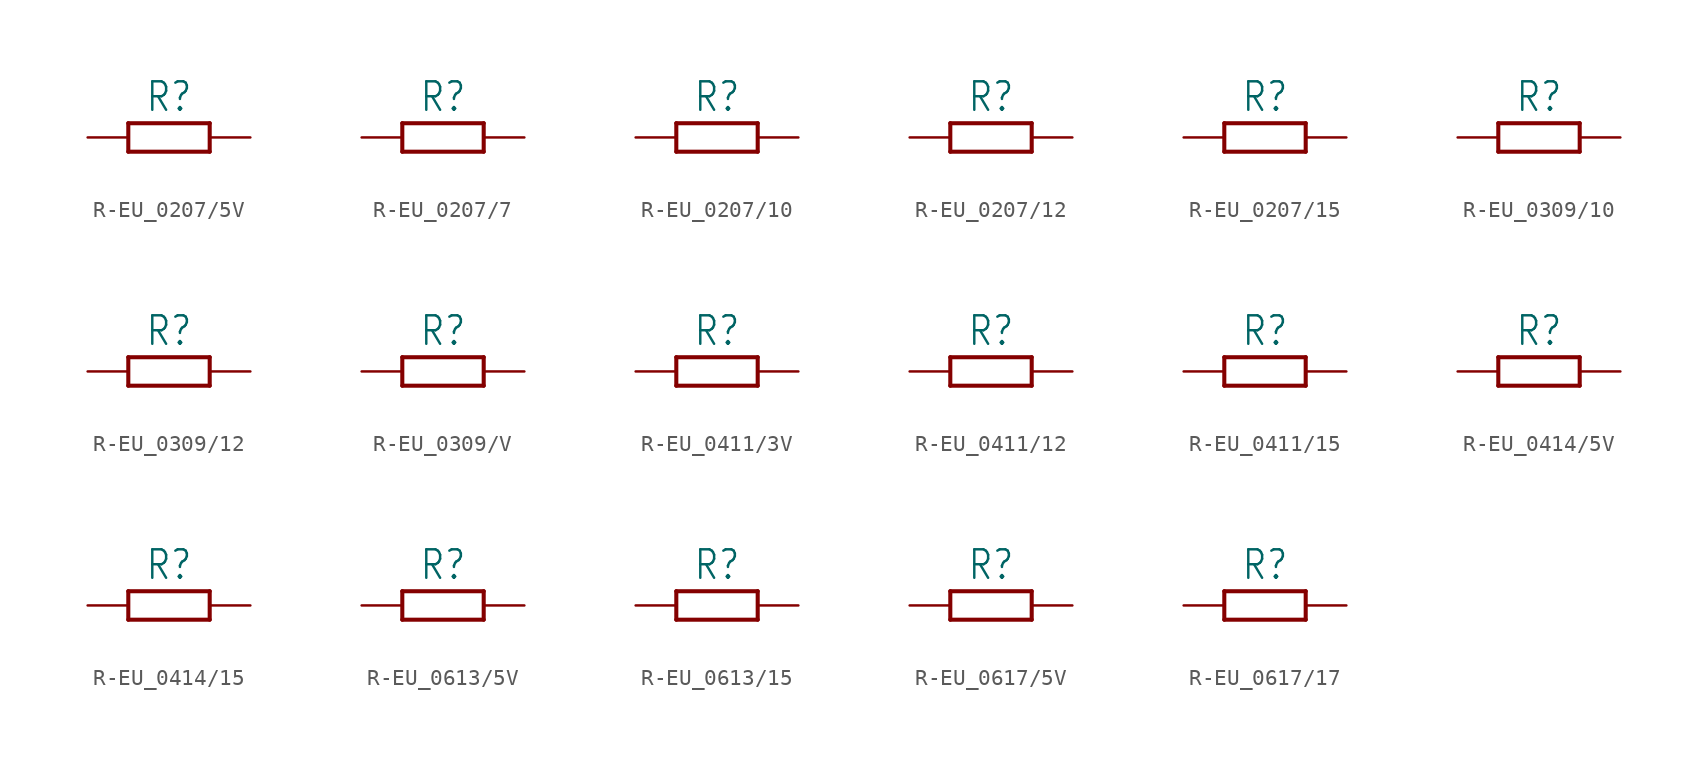
<source format=kicad_sym>
(kicad_symbol_lib
  (version 20231120)
  (generator "kicad_symbol_editor")
  (generator_version "8.0")
  (symbol "R-EU_0207/5V"
    (property "Reference" "R"
      (at 0 2.54 0)
      (effects (font (size 1.778 1.511))))
    (property "Value" ""
      (at 0 -2.54 0)
      (effects (font (size 1.778 1.511))))
    (property "ki_locked" ""
      (at 0 0 0)
      (effects (font (size 1.27 1.27))))
    (symbol "R-EU_0207/5V_1_0"
      (polyline (pts (xy -2.54 -0.889) (xy -2.54 0.889)) (stroke (width 0.254) (type solid)) (fill (type none)))
      (polyline (pts (xy -2.54 -0.889) (xy 2.54 -0.889)) (stroke (width 0.254) (type solid)) (fill (type none)))
      (polyline (pts (xy 2.54 -0.889) (xy 2.54 0.889)) (stroke (width 0.254) (type solid)) (fill (type none)))
      (polyline (pts (xy 2.54 0.889) (xy -2.54 0.889)) (stroke (width 0.254) (type solid)) (fill (type none)))
      (pin passive line (at -5.08 0 0) (length 2.54) (name "1" (effects (font (size 0 0)))) (number "1" (effects (font (size 0 0)))))
      (pin passive line (at 5.08 0 180) (length 2.54) (name "2" (effects (font (size 0 0)))) (number "2" (effects (font (size 0 0)))))))
  (symbol "R-EU_0207/7"
    (property "Reference" "R"
      (at 0 2.54 0)
      (effects (font (size 1.778 1.511))))
    (property "Value" ""
      (at 0 -2.54 0)
      (effects (font (size 1.778 1.511))))
    (property "ki_locked" ""
      (at 0 0 0)
      (effects (font (size 1.27 1.27))))
    (symbol "R-EU_0207/7_1_0"
      (polyline (pts (xy -2.54 -0.889) (xy -2.54 0.889)) (stroke (width 0.254) (type solid)) (fill (type none)))
      (polyline (pts (xy -2.54 -0.889) (xy 2.54 -0.889)) (stroke (width 0.254) (type solid)) (fill (type none)))
      (polyline (pts (xy 2.54 -0.889) (xy 2.54 0.889)) (stroke (width 0.254) (type solid)) (fill (type none)))
      (polyline (pts (xy 2.54 0.889) (xy -2.54 0.889)) (stroke (width 0.254) (type solid)) (fill (type none)))
      (pin passive line (at -5.08 0 0) (length 2.54) (name "1" (effects (font (size 0 0)))) (number "1" (effects (font (size 0 0)))))
      (pin passive line (at 5.08 0 180) (length 2.54) (name "2" (effects (font (size 0 0)))) (number "2" (effects (font (size 0 0)))))))
  (symbol "R-EU_0207/10"
    (property "Reference" "R"
      (at 0 2.54 0)
      (effects (font (size 1.778 1.511))))
    (property "Value" ""
      (at 0 -2.54 0)
      (effects (font (size 1.778 1.511))))
    (property "ki_locked" ""
      (at 0 0 0)
      (effects (font (size 1.27 1.27))))
    (symbol "R-EU_0207/10_1_0"
      (polyline (pts (xy -2.54 -0.889) (xy -2.54 0.889)) (stroke (width 0.254) (type solid)) (fill (type none)))
      (polyline (pts (xy -2.54 -0.889) (xy 2.54 -0.889)) (stroke (width 0.254) (type solid)) (fill (type none)))
      (polyline (pts (xy 2.54 -0.889) (xy 2.54 0.889)) (stroke (width 0.254) (type solid)) (fill (type none)))
      (polyline (pts (xy 2.54 0.889) (xy -2.54 0.889)) (stroke (width 0.254) (type solid)) (fill (type none)))
      (pin passive line (at -5.08 0 0) (length 2.54) (name "1" (effects (font (size 0 0)))) (number "1" (effects (font (size 0 0)))))
      (pin passive line (at 5.08 0 180) (length 2.54) (name "2" (effects (font (size 0 0)))) (number "2" (effects (font (size 0 0)))))))
  (symbol "R-EU_0207/12"
    (property "Reference" "R"
      (at 0 2.54 0)
      (effects (font (size 1.778 1.511))))
    (property "Value" ""
      (at 0 -2.54 0)
      (effects (font (size 1.778 1.511))))
    (property "ki_locked" ""
      (at 0 0 0)
      (effects (font (size 1.27 1.27))))
    (symbol "R-EU_0207/12_1_0"
      (polyline (pts (xy -2.54 -0.889) (xy -2.54 0.889)) (stroke (width 0.254) (type solid)) (fill (type none)))
      (polyline (pts (xy -2.54 -0.889) (xy 2.54 -0.889)) (stroke (width 0.254) (type solid)) (fill (type none)))
      (polyline (pts (xy 2.54 -0.889) (xy 2.54 0.889)) (stroke (width 0.254) (type solid)) (fill (type none)))
      (polyline (pts (xy 2.54 0.889) (xy -2.54 0.889)) (stroke (width 0.254) (type solid)) (fill (type none)))
      (pin passive line (at -5.08 0 0) (length 2.54) (name "1" (effects (font (size 0 0)))) (number "1" (effects (font (size 0 0)))))
      (pin passive line (at 5.08 0 180) (length 2.54) (name "2" (effects (font (size 0 0)))) (number "2" (effects (font (size 0 0)))))))
  (symbol "R-EU_0207/15"
    (property "Reference" "R"
      (at 0 2.54 0)
      (effects (font (size 1.778 1.511))))
    (property "Value" ""
      (at 0 -2.54 0)
      (effects (font (size 1.778 1.511))))
    (property "ki_locked" ""
      (at 0 0 0)
      (effects (font (size 1.27 1.27))))
    (symbol "R-EU_0207/15_1_0"
      (polyline (pts (xy -2.54 -0.889) (xy -2.54 0.889)) (stroke (width 0.254) (type solid)) (fill (type none)))
      (polyline (pts (xy -2.54 -0.889) (xy 2.54 -0.889)) (stroke (width 0.254) (type solid)) (fill (type none)))
      (polyline (pts (xy 2.54 -0.889) (xy 2.54 0.889)) (stroke (width 0.254) (type solid)) (fill (type none)))
      (polyline (pts (xy 2.54 0.889) (xy -2.54 0.889)) (stroke (width 0.254) (type solid)) (fill (type none)))
      (pin passive line (at -5.08 0 0) (length 2.54) (name "1" (effects (font (size 0 0)))) (number "1" (effects (font (size 0 0)))))
      (pin passive line (at 5.08 0 180) (length 2.54) (name "2" (effects (font (size 0 0)))) (number "2" (effects (font (size 0 0)))))))
  (symbol "R-EU_0309/10"
    (property "Reference" "R"
      (at 0 2.54 0)
      (effects (font (size 1.778 1.511))))
    (property "Value" ""
      (at 0 -2.54 0)
      (effects (font (size 1.778 1.511))))
    (property "ki_locked" ""
      (at 0 0 0)
      (effects (font (size 1.27 1.27))))
    (symbol "R-EU_0309/10_1_0"
      (polyline (pts (xy -2.54 -0.889) (xy -2.54 0.889)) (stroke (width 0.254) (type solid)) (fill (type none)))
      (polyline (pts (xy -2.54 -0.889) (xy 2.54 -0.889)) (stroke (width 0.254) (type solid)) (fill (type none)))
      (polyline (pts (xy 2.54 -0.889) (xy 2.54 0.889)) (stroke (width 0.254) (type solid)) (fill (type none)))
      (polyline (pts (xy 2.54 0.889) (xy -2.54 0.889)) (stroke (width 0.254) (type solid)) (fill (type none)))
      (pin passive line (at -5.08 0 0) (length 2.54) (name "1" (effects (font (size 0 0)))) (number "1" (effects (font (size 0 0)))))
      (pin passive line (at 5.08 0 180) (length 2.54) (name "2" (effects (font (size 0 0)))) (number "2" (effects (font (size 0 0)))))))
  (symbol "R-EU_0309/12"
    (property "Reference" "R"
      (at 0 2.54 0)
      (effects (font (size 1.778 1.511))))
    (property "Value" ""
      (at 0 -2.54 0)
      (effects (font (size 1.778 1.511))))
    (property "ki_locked" ""
      (at 0 0 0)
      (effects (font (size 1.27 1.27))))
    (symbol "R-EU_0309/12_1_0"
      (polyline (pts (xy -2.54 -0.889) (xy -2.54 0.889)) (stroke (width 0.254) (type solid)) (fill (type none)))
      (polyline (pts (xy -2.54 -0.889) (xy 2.54 -0.889)) (stroke (width 0.254) (type solid)) (fill (type none)))
      (polyline (pts (xy 2.54 -0.889) (xy 2.54 0.889)) (stroke (width 0.254) (type solid)) (fill (type none)))
      (polyline (pts (xy 2.54 0.889) (xy -2.54 0.889)) (stroke (width 0.254) (type solid)) (fill (type none)))
      (pin passive line (at -5.08 0 0) (length 2.54) (name "1" (effects (font (size 0 0)))) (number "1" (effects (font (size 0 0)))))
      (pin passive line (at 5.08 0 180) (length 2.54) (name "2" (effects (font (size 0 0)))) (number "2" (effects (font (size 0 0)))))))
  (symbol "R-EU_0309/V"
    (property "Reference" "R"
      (at 0 2.54 0)
      (effects (font (size 1.778 1.511))))
    (property "Value" ""
      (at 0 -2.54 0)
      (effects (font (size 1.778 1.511))))
    (property "ki_locked" ""
      (at 0 0 0)
      (effects (font (size 1.27 1.27))))
    (symbol "R-EU_0309/V_1_0"
      (polyline (pts (xy -2.54 -0.889) (xy -2.54 0.889)) (stroke (width 0.254) (type solid)) (fill (type none)))
      (polyline (pts (xy -2.54 -0.889) (xy 2.54 -0.889)) (stroke (width 0.254) (type solid)) (fill (type none)))
      (polyline (pts (xy 2.54 -0.889) (xy 2.54 0.889)) (stroke (width 0.254) (type solid)) (fill (type none)))
      (polyline (pts (xy 2.54 0.889) (xy -2.54 0.889)) (stroke (width 0.254) (type solid)) (fill (type none)))
      (pin passive line (at -5.08 0 0) (length 2.54) (name "1" (effects (font (size 0 0)))) (number "1" (effects (font (size 0 0)))))
      (pin passive line (at 5.08 0 180) (length 2.54) (name "2" (effects (font (size 0 0)))) (number "2" (effects (font (size 0 0)))))))
  (symbol "R-EU_0411/3V"
    (property "Reference" "R"
      (at 0 2.54 0)
      (effects (font (size 1.778 1.511))))
    (property "Value" ""
      (at 0 -2.54 0)
      (effects (font (size 1.778 1.511))))
    (property "ki_locked" ""
      (at 0 0 0)
      (effects (font (size 1.27 1.27))))
    (symbol "R-EU_0411/3V_1_0"
      (polyline (pts (xy -2.54 -0.889) (xy -2.54 0.889)) (stroke (width 0.254) (type solid)) (fill (type none)))
      (polyline (pts (xy -2.54 -0.889) (xy 2.54 -0.889)) (stroke (width 0.254) (type solid)) (fill (type none)))
      (polyline (pts (xy 2.54 -0.889) (xy 2.54 0.889)) (stroke (width 0.254) (type solid)) (fill (type none)))
      (polyline (pts (xy 2.54 0.889) (xy -2.54 0.889)) (stroke (width 0.254) (type solid)) (fill (type none)))
      (pin passive line (at -5.08 0 0) (length 2.54) (name "1" (effects (font (size 0 0)))) (number "1" (effects (font (size 0 0)))))
      (pin passive line (at 5.08 0 180) (length 2.54) (name "2" (effects (font (size 0 0)))) (number "2" (effects (font (size 0 0)))))))
  (symbol "R-EU_0411/12"
    (property "Reference" "R"
      (at 0 2.54 0)
      (effects (font (size 1.778 1.511))))
    (property "Value" ""
      (at 0 -2.54 0)
      (effects (font (size 1.778 1.511))))
    (property "ki_locked" ""
      (at 0 0 0)
      (effects (font (size 1.27 1.27))))
    (symbol "R-EU_0411/12_1_0"
      (polyline (pts (xy -2.54 -0.889) (xy -2.54 0.889)) (stroke (width 0.254) (type solid)) (fill (type none)))
      (polyline (pts (xy -2.54 -0.889) (xy 2.54 -0.889)) (stroke (width 0.254) (type solid)) (fill (type none)))
      (polyline (pts (xy 2.54 -0.889) (xy 2.54 0.889)) (stroke (width 0.254) (type solid)) (fill (type none)))
      (polyline (pts (xy 2.54 0.889) (xy -2.54 0.889)) (stroke (width 0.254) (type solid)) (fill (type none)))
      (pin passive line (at -5.08 0 0) (length 2.54) (name "1" (effects (font (size 0 0)))) (number "1" (effects (font (size 0 0)))))
      (pin passive line (at 5.08 0 180) (length 2.54) (name "2" (effects (font (size 0 0)))) (number "2" (effects (font (size 0 0)))))))
  (symbol "R-EU_0411/15"
    (property "Reference" "R"
      (at 0 2.54 0)
      (effects (font (size 1.778 1.511))))
    (property "Value" ""
      (at 0 -2.54 0)
      (effects (font (size 1.778 1.511))))
    (property "ki_locked" ""
      (at 0 0 0)
      (effects (font (size 1.27 1.27))))
    (symbol "R-EU_0411/15_1_0"
      (polyline (pts (xy -2.54 -0.889) (xy -2.54 0.889)) (stroke (width 0.254) (type solid)) (fill (type none)))
      (polyline (pts (xy -2.54 -0.889) (xy 2.54 -0.889)) (stroke (width 0.254) (type solid)) (fill (type none)))
      (polyline (pts (xy 2.54 -0.889) (xy 2.54 0.889)) (stroke (width 0.254) (type solid)) (fill (type none)))
      (polyline (pts (xy 2.54 0.889) (xy -2.54 0.889)) (stroke (width 0.254) (type solid)) (fill (type none)))
      (pin passive line (at -5.08 0 0) (length 2.54) (name "1" (effects (font (size 0 0)))) (number "1" (effects (font (size 0 0)))))
      (pin passive line (at 5.08 0 180) (length 2.54) (name "2" (effects (font (size 0 0)))) (number "2" (effects (font (size 0 0)))))))
  (symbol "R-EU_0414/5V"
    (property "Reference" "R"
      (at 0 2.54 0)
      (effects (font (size 1.778 1.511))))
    (property "Value" ""
      (at 0 -2.54 0)
      (effects (font (size 1.778 1.511))))
    (property "ki_locked" ""
      (at 0 0 0)
      (effects (font (size 1.27 1.27))))
    (symbol "R-EU_0414/5V_1_0"
      (polyline (pts (xy -2.54 -0.889) (xy -2.54 0.889)) (stroke (width 0.254) (type solid)) (fill (type none)))
      (polyline (pts (xy -2.54 -0.889) (xy 2.54 -0.889)) (stroke (width 0.254) (type solid)) (fill (type none)))
      (polyline (pts (xy 2.54 -0.889) (xy 2.54 0.889)) (stroke (width 0.254) (type solid)) (fill (type none)))
      (polyline (pts (xy 2.54 0.889) (xy -2.54 0.889)) (stroke (width 0.254) (type solid)) (fill (type none)))
      (pin passive line (at -5.08 0 0) (length 2.54) (name "1" (effects (font (size 0 0)))) (number "1" (effects (font (size 0 0)))))
      (pin passive line (at 5.08 0 180) (length 2.54) (name "2" (effects (font (size 0 0)))) (number "2" (effects (font (size 0 0)))))))
  (symbol "R-EU_0414/15"
    (property "Reference" "R"
      (at 0 2.54 0)
      (effects (font (size 1.778 1.511))))
    (property "Value" ""
      (at 0 -2.54 0)
      (effects (font (size 1.778 1.511))))
    (property "ki_locked" ""
      (at 0 0 0)
      (effects (font (size 1.27 1.27))))
    (symbol "R-EU_0414/15_1_0"
      (polyline (pts (xy -2.54 -0.889) (xy -2.54 0.889)) (stroke (width 0.254) (type solid)) (fill (type none)))
      (polyline (pts (xy -2.54 -0.889) (xy 2.54 -0.889)) (stroke (width 0.254) (type solid)) (fill (type none)))
      (polyline (pts (xy 2.54 -0.889) (xy 2.54 0.889)) (stroke (width 0.254) (type solid)) (fill (type none)))
      (polyline (pts (xy 2.54 0.889) (xy -2.54 0.889)) (stroke (width 0.254) (type solid)) (fill (type none)))
      (pin passive line (at -5.08 0 0) (length 2.54) (name "1" (effects (font (size 0 0)))) (number "1" (effects (font (size 0 0)))))
      (pin passive line (at 5.08 0 180) (length 2.54) (name "2" (effects (font (size 0 0)))) (number "2" (effects (font (size 0 0)))))))
  (symbol "R-EU_0613/5V"
    (property "Reference" "R"
      (at 0 2.54 0)
      (effects (font (size 1.778 1.511))))
    (property "Value" ""
      (at 0 -2.54 0)
      (effects (font (size 1.778 1.511))))
    (property "ki_locked" ""
      (at 0 0 0)
      (effects (font (size 1.27 1.27))))
    (symbol "R-EU_0613/5V_1_0"
      (polyline (pts (xy -2.54 -0.889) (xy -2.54 0.889)) (stroke (width 0.254) (type solid)) (fill (type none)))
      (polyline (pts (xy -2.54 -0.889) (xy 2.54 -0.889)) (stroke (width 0.254) (type solid)) (fill (type none)))
      (polyline (pts (xy 2.54 -0.889) (xy 2.54 0.889)) (stroke (width 0.254) (type solid)) (fill (type none)))
      (polyline (pts (xy 2.54 0.889) (xy -2.54 0.889)) (stroke (width 0.254) (type solid)) (fill (type none)))
      (pin passive line (at -5.08 0 0) (length 2.54) (name "1" (effects (font (size 0 0)))) (number "1" (effects (font (size 0 0)))))
      (pin passive line (at 5.08 0 180) (length 2.54) (name "2" (effects (font (size 0 0)))) (number "2" (effects (font (size 0 0)))))))
  (symbol "R-EU_0613/15"
    (property "Reference" "R"
      (at 0 2.54 0)
      (effects (font (size 1.778 1.511))))
    (property "Value" ""
      (at 0 -2.54 0)
      (effects (font (size 1.778 1.511))))
    (property "ki_locked" ""
      (at 0 0 0)
      (effects (font (size 1.27 1.27))))
    (symbol "R-EU_0613/15_1_0"
      (polyline (pts (xy -2.54 -0.889) (xy -2.54 0.889)) (stroke (width 0.254) (type solid)) (fill (type none)))
      (polyline (pts (xy -2.54 -0.889) (xy 2.54 -0.889)) (stroke (width 0.254) (type solid)) (fill (type none)))
      (polyline (pts (xy 2.54 -0.889) (xy 2.54 0.889)) (stroke (width 0.254) (type solid)) (fill (type none)))
      (polyline (pts (xy 2.54 0.889) (xy -2.54 0.889)) (stroke (width 0.254) (type solid)) (fill (type none)))
      (pin passive line (at -5.08 0 0) (length 2.54) (name "1" (effects (font (size 0 0)))) (number "1" (effects (font (size 0 0)))))
      (pin passive line (at 5.08 0 180) (length 2.54) (name "2" (effects (font (size 0 0)))) (number "2" (effects (font (size 0 0)))))))
  (symbol "R-EU_0617/5V"
    (property "Reference" "R"
      (at 0 2.54 0)
      (effects (font (size 1.778 1.511))))
    (property "Value" ""
      (at 0 -2.54 0)
      (effects (font (size 1.778 1.511))))
    (property "ki_locked" ""
      (at 0 0 0)
      (effects (font (size 1.27 1.27))))
    (symbol "R-EU_0617/5V_1_0"
      (polyline (pts (xy -2.54 -0.889) (xy -2.54 0.889)) (stroke (width 0.254) (type solid)) (fill (type none)))
      (polyline (pts (xy -2.54 -0.889) (xy 2.54 -0.889)) (stroke (width 0.254) (type solid)) (fill (type none)))
      (polyline (pts (xy 2.54 -0.889) (xy 2.54 0.889)) (stroke (width 0.254) (type solid)) (fill (type none)))
      (polyline (pts (xy 2.54 0.889) (xy -2.54 0.889)) (stroke (width 0.254) (type solid)) (fill (type none)))
      (pin passive line (at -5.08 0 0) (length 2.54) (name "1" (effects (font (size 0 0)))) (number "1" (effects (font (size 0 0)))))
      (pin passive line (at 5.08 0 180) (length 2.54) (name "2" (effects (font (size 0 0)))) (number "2" (effects (font (size 0 0)))))))
  (symbol "R-EU_0617/17"
    (property "Reference" "R"
      (at 0 2.54 0)
      (effects (font (size 1.778 1.511))))
    (property "Value" ""
      (at 0 -2.54 0)
      (effects (font (size 1.778 1.511))))
    (property "ki_locked" ""
      (at 0 0 0)
      (effects (font (size 1.27 1.27))))
    (symbol "R-EU_0617/17_1_0"
      (polyline (pts (xy -2.54 -0.889) (xy -2.54 0.889)) (stroke (width 0.254) (type solid)) (fill (type none)))
      (polyline (pts (xy -2.54 -0.889) (xy 2.54 -0.889)) (stroke (width 0.254) (type solid)) (fill (type none)))
      (polyline (pts (xy 2.54 -0.889) (xy 2.54 0.889)) (stroke (width 0.254) (type solid)) (fill (type none)))
      (polyline (pts (xy 2.54 0.889) (xy -2.54 0.889)) (stroke (width 0.254) (type solid)) (fill (type none)))
      (pin passive line (at -5.08 0 0) (length 2.54) (name "1" (effects (font (size 0 0)))) (number "1" (effects (font (size 0 0)))))
      (pin passive line (at 5.08 0 180) (length 2.54) (name "2" (effects (font (size 0 0)))) (number "2" (effects (font (size 0 0))))))))
</source>
